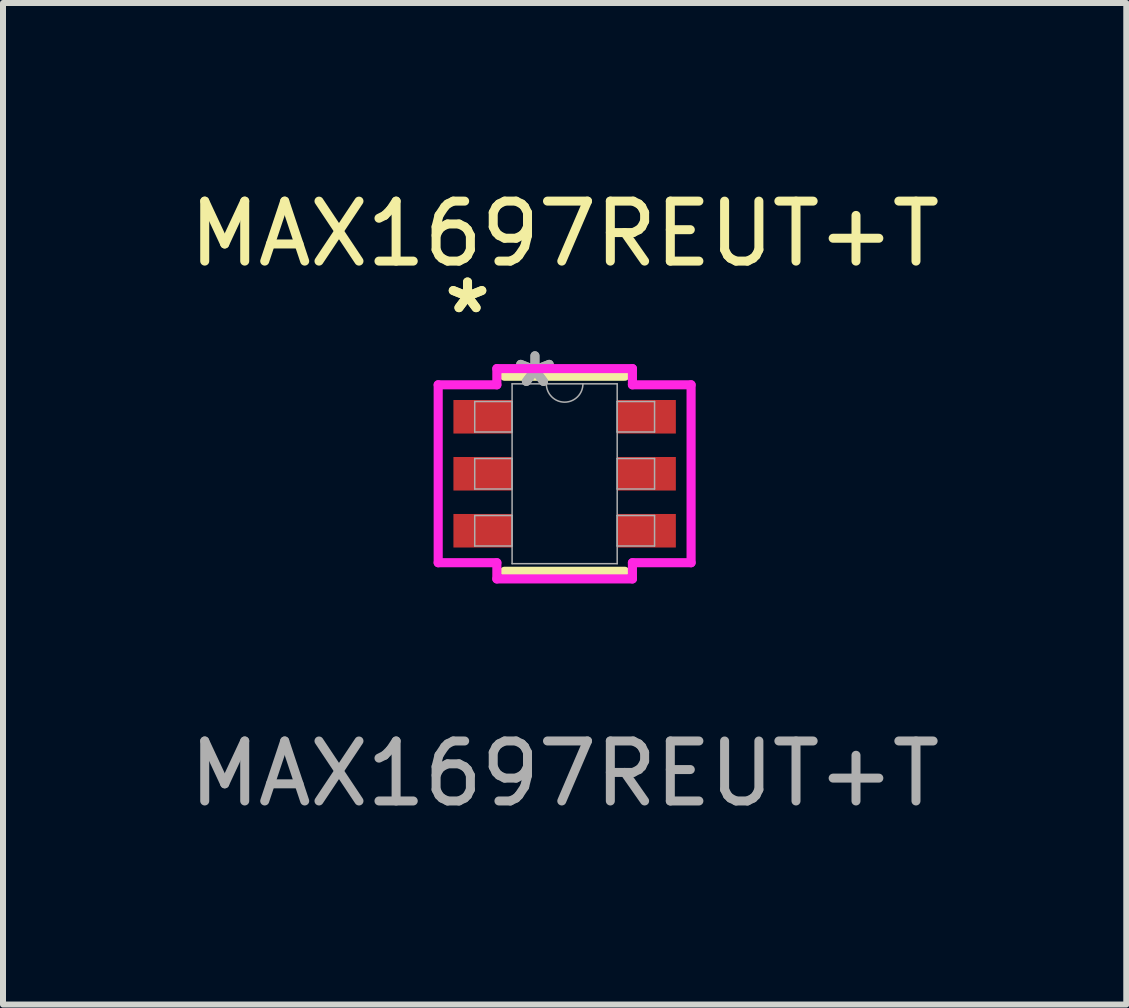
<source format=kicad_pcb>
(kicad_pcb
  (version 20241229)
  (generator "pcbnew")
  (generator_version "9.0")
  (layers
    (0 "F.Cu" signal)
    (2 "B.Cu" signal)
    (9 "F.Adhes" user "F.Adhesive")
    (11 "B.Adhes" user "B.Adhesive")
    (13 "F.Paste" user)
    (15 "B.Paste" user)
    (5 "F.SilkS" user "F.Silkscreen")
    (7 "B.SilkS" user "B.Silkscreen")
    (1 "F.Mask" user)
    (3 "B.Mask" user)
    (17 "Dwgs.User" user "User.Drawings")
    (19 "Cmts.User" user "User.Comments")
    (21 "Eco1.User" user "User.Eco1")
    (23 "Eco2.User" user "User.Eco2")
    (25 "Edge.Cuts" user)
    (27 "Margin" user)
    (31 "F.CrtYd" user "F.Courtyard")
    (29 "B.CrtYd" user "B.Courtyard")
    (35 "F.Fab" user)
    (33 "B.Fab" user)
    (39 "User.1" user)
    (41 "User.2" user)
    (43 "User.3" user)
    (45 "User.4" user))
  (footprint "MAX1697REUT+T"
    (layer "F.Cu")
    (at 6.363 4.848)
    (property "Reference" "MAX1697REUT+T" (at 0 -4 0) (unlocked yes) (layer "F.SilkS") (effects (font (size 1 1) (thickness 0.15))))
    (attr smd)
    (fp_line (start -1.003 1.626) (end 1.003 1.626) (stroke (width 0.152) (type solid)) (layer "F.SilkS"))
    (fp_line (start 1.003 -1.626) (end -1.003 -1.626) (stroke (width 0.152) (type solid)) (layer "F.SilkS"))
    (fp_line (start -2.108 -1.483) (end -1.13 -1.483) (stroke (width 0.152) (type solid)) (layer "F.CrtYd"))
    (fp_line (start -2.108 1.483) (end -2.108 -1.483) (stroke (width 0.152) (type solid)) (layer "F.CrtYd"))
    (fp_line (start -2.108 1.483) (end -1.13 1.483) (stroke (width 0.152) (type solid)) (layer "F.CrtYd"))
    (fp_line (start -1.13 -1.753) (end 1.13 -1.753) (stroke (width 0.152) (type solid)) (layer "F.CrtYd"))
    (fp_line (start -1.13 -1.483) (end -1.13 -1.753) (stroke (width 0.152) (type solid)) (layer "F.CrtYd"))
    (fp_line (start -1.13 1.753) (end -1.13 1.483) (stroke (width 0.152) (type solid)) (layer "F.CrtYd"))
    (fp_line (start 1.13 -1.753) (end 1.13 -1.483) (stroke (width 0.152) (type solid)) (layer "F.CrtYd"))
    (fp_line (start 1.13 1.483) (end 1.13 1.753) (stroke (width 0.152) (type solid)) (layer "F.CrtYd"))
    (fp_line (start 1.13 1.753) (end -1.13 1.753) (stroke (width 0.152) (type solid)) (layer "F.CrtYd"))
    (fp_line (start 2.108 -1.483) (end 1.13 -1.483) (stroke (width 0.152) (type solid)) (layer "F.CrtYd"))
    (fp_line (start 2.108 -1.483) (end 2.108 1.483) (stroke (width 0.152) (type solid)) (layer "F.CrtYd"))
    (fp_line (start 2.108 1.483) (end 1.13 1.483) (stroke (width 0.152) (type solid)) (layer "F.CrtYd"))
    (fp_line (start -1.499 -1.204) (end -1.499 -0.696) (stroke (width 0.025) (type solid)) (layer "F.Fab"))
    (fp_line (start -1.499 -0.696) (end -0.876 -0.696) (stroke (width 0.025) (type solid)) (layer "F.Fab"))
    (fp_line (start -1.499 -0.254) (end -1.499 0.254) (stroke (width 0.025) (type solid)) (layer "F.Fab"))
    (fp_line (start -1.499 0.254) (end -0.876 0.254) (stroke (width 0.025) (type solid)) (layer "F.Fab"))
    (fp_line (start -1.499 0.696) (end -1.499 1.204) (stroke (width 0.025) (type solid)) (layer "F.Fab"))
    (fp_line (start -1.499 1.204) (end -0.876 1.204) (stroke (width 0.025) (type solid)) (layer "F.Fab"))
    (fp_line (start -0.876 -1.499) (end -0.876 1.499) (stroke (width 0.025) (type solid)) (layer "F.Fab"))
    (fp_line (start -0.876 -1.204) (end -1.499 -1.204) (stroke (width 0.025) (type solid)) (layer "F.Fab"))
    (fp_line (start -0.876 -0.696) (end -0.876 -1.204) (stroke (width 0.025) (type solid)) (layer "F.Fab"))
    (fp_line (start -0.876 -0.254) (end -1.499 -0.254) (stroke (width 0.025) (type solid)) (layer "F.Fab"))
    (fp_line (start -0.876 0.254) (end -0.876 -0.254) (stroke (width 0.025) (type solid)) (layer "F.Fab"))
    (fp_line (start -0.876 0.696) (end -1.499 0.696) (stroke (width 0.025) (type solid)) (layer "F.Fab"))
    (fp_line (start -0.876 1.204) (end -0.876 0.696) (stroke (width 0.025) (type solid)) (layer "F.Fab"))
    (fp_line (start -0.876 1.499) (end 0.876 1.499) (stroke (width 0.025) (type solid)) (layer "F.Fab"))
    (fp_line (start 0.876 -1.499) (end -0.876 -1.499) (stroke (width 0.025) (type solid)) (layer "F.Fab"))
    (fp_line (start 0.876 -1.204) (end 0.876 -0.696) (stroke (width 0.025) (type solid)) (layer "F.Fab"))
    (fp_line (start 0.876 -0.696) (end 1.499 -0.696) (stroke (width 0.025) (type solid)) (layer "F.Fab"))
    (fp_line (start 0.876 -0.254) (end 0.876 0.254) (stroke (width 0.025) (type solid)) (layer "F.Fab"))
    (fp_line (start 0.876 0.254) (end 1.499 0.254) (stroke (width 0.025) (type solid)) (layer "F.Fab"))
    (fp_line (start 0.876 0.696) (end 0.876 1.204) (stroke (width 0.025) (type solid)) (layer "F.Fab"))
    (fp_line (start 0.876 1.204) (end 1.499 1.204) (stroke (width 0.025) (type solid)) (layer "F.Fab"))
    (fp_line (start 0.876 1.499) (end 0.876 -1.499) (stroke (width 0.025) (type solid)) (layer "F.Fab"))
    (fp_line (start 1.499 -1.204) (end 0.876 -1.204) (stroke (width 0.025) (type solid)) (layer "F.Fab"))
    (fp_line (start 1.499 -0.696) (end 1.499 -1.204) (stroke (width 0.025) (type solid)) (layer "F.Fab"))
    (fp_line (start 1.499 -0.254) (end 0.876 -0.254) (stroke (width 0.025) (type solid)) (layer "F.Fab"))
    (fp_line (start 1.499 0.254) (end 1.499 -0.254) (stroke (width 0.025) (type solid)) (layer "F.Fab"))
    (fp_line (start 1.499 0.696) (end 0.876 0.696) (stroke (width 0.025) (type solid)) (layer "F.Fab"))
    (fp_line (start 1.499 1.204) (end 1.499 0.696) (stroke (width 0.025) (type solid)) (layer "F.Fab"))
    (fp_arc (start 0.3048 -1.4986) (mid 0 -1.1938) (end -0.3048 -1.4986) (stroke (width 0.0254) (type solid)) (layer "F.Fab"))
    (fp_text user "*" (at -1.619 -2.652 0) (layer "F.SilkS") (effects (font (size 1 1) (thickness 0.15))))
    (fp_text user "*" (at -1.619 -2.652 0) (unlocked yes) (layer "F.SilkS") (effects (font (size 1 1) (thickness 0.15))))
    (fp_text user "${REFERENCE}" (at 0 5 0) (unlocked yes) (layer "F.Fab") (effects (font (size 1 1) (thickness 0.15))))
    (fp_text user "*" (at -0.495 -1.422 0) (unlocked yes) (layer "F.Fab") (effects (font (size 1 1) (thickness 0.15))))
    (fp_text user "*" (at -0.495 -1.422 0) (layer "F.Fab") (effects (font (size 1 1) (thickness 0.15))))
    (pad "1" smd rect (at -1.365 -0.95) (size 0.978 0.559) (layers "F.Cu" "F.Mask" "F.Paste"))
    (pad "2" smd rect (at -1.365 0) (size 0.978 0.559) (layers "F.Cu" "F.Mask" "F.Paste"))
    (pad "3" smd rect (at -1.365 0.95) (size 0.978 0.559) (layers "F.Cu" "F.Mask" "F.Paste"))
    (pad "4" smd rect (at 1.365 0.95) (size 0.978 0.559) (layers "F.Cu" "F.Mask" "F.Paste"))
    (pad "5" smd rect (at 1.365 0) (size 0.978 0.559) (layers "F.Cu" "F.Mask" "F.Paste"))
    (pad "6" smd rect (at 1.365 -0.95) (size 0.978 0.559) (layers "F.Cu" "F.Mask" "F.Paste")))
  (gr_rect
    (start -3 -3)
    (end 15.726 13.697)
    (stroke (width 0.1) (type default))
    (fill no)
    (layer "Edge.Cuts")))
</source>
